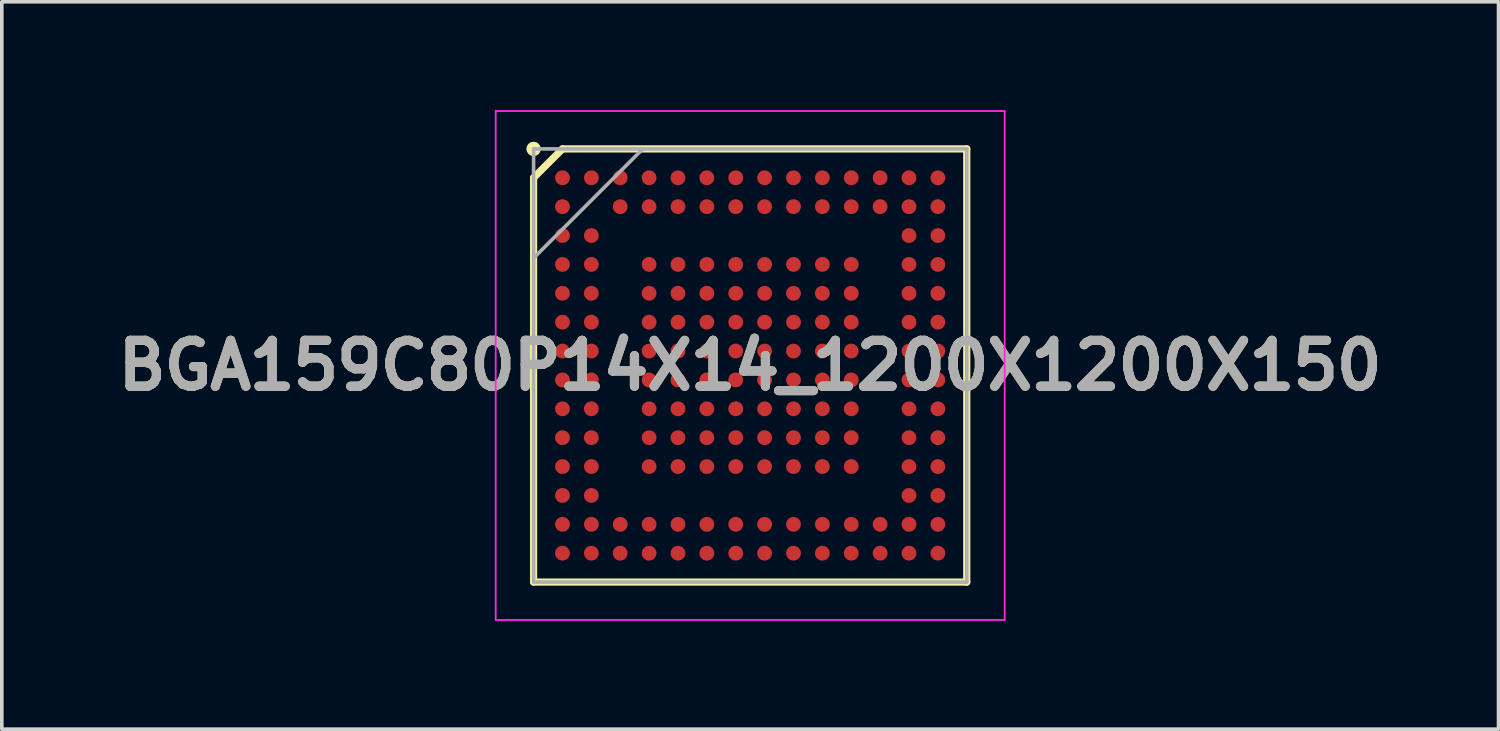
<source format=kicad_pcb>
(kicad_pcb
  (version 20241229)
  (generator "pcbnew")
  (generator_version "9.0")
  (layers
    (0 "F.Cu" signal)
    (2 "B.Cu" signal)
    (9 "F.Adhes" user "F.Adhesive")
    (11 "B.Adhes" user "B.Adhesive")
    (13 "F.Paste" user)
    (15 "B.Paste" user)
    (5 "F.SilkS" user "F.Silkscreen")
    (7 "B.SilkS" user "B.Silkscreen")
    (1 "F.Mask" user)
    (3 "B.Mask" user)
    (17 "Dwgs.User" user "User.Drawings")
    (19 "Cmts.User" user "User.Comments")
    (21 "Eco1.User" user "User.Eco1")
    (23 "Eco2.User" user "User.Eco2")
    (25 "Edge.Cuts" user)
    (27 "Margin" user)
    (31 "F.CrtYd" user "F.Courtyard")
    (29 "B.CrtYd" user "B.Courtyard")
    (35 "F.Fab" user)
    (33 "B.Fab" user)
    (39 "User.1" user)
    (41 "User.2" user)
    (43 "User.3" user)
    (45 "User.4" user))
  (footprint "BGA159C80P14X14_1200X1200X150"
    (layer "F.Cu")
    (at 17.732 7.075)
    (property "Reference" "BGA159C80P14X14_1200X1200X150" (at 0 0 0) (layer "F.SilkS") (effects (font (size 1.27 1.27) (thickness 0.254))))
    (attr smd)
    (fp_line (start -6 -5.2) (end -5.2 -6) (stroke (width 0.2) (type solid)) (layer "F.SilkS"))
    (fp_line (start -6 6) (end -6 -5.2) (stroke (width 0.2) (type solid)) (layer "F.SilkS"))
    (fp_line (start -5.2 -6) (end 6 -6) (stroke (width 0.2) (type solid)) (layer "F.SilkS"))
    (fp_line (start 6 -6) (end 6 6) (stroke (width 0.2) (type solid)) (layer "F.SilkS"))
    (fp_line (start 6 6) (end -6 6) (stroke (width 0.2) (type solid)) (layer "F.SilkS"))
    (fp_circle (center -6 -6) (end -6 -5.9) (stroke (width 0.2) (type solid)) (fill no) (layer "F.SilkS"))
    (fp_line (start -7.05 -7.05) (end 7.05 -7.05) (stroke (width 0.05) (type solid)) (layer "F.CrtYd"))
    (fp_line (start -7.05 7.05) (end -7.05 -7.05) (stroke (width 0.05) (type solid)) (layer "F.CrtYd"))
    (fp_line (start 7.05 -7.05) (end 7.05 7.05) (stroke (width 0.05) (type solid)) (layer "F.CrtYd"))
    (fp_line (start 7.05 7.05) (end -7.05 7.05) (stroke (width 0.05) (type solid)) (layer "F.CrtYd"))
    (fp_line (start -6 -6) (end 6 -6) (stroke (width 0.1) (type solid)) (layer "F.Fab"))
    (fp_line (start -6 -2.975) (end -2.975 -6) (stroke (width 0.1) (type solid)) (layer "F.Fab"))
    (fp_line (start -6 6) (end -6 -6) (stroke (width 0.1) (type solid)) (layer "F.Fab"))
    (fp_line (start 6 -6) (end 6 6) (stroke (width 0.1) (type solid)) (layer "F.Fab"))
    (fp_line (start 6 6) (end -6 6) (stroke (width 0.1) (type solid)) (layer "F.Fab"))
    (fp_text user "${REFERENCE}" (at 0 0 0) (layer "F.Fab") (effects (font (size 1.27 1.27) (thickness 0.254))))
    (pad "A1" smd circle (at -5.2 -5.2 90) (size 0.41 0.41) (layers "F.Cu" "F.Mask" "F.Paste"))
    (pad "A2" smd circle (at -4.4 -5.2 90) (size 0.41 0.41) (layers "F.Cu" "F.Mask" "F.Paste"))
    (pad "A3" smd circle (at -3.6 -5.2 90) (size 0.41 0.41) (layers "F.Cu" "F.Mask" "F.Paste"))
    (pad "A4" smd circle (at -2.8 -5.2 90) (size 0.41 0.41) (layers "F.Cu" "F.Mask" "F.Paste"))
    (pad "A5" smd circle (at -2 -5.2 90) (size 0.41 0.41) (layers "F.Cu" "F.Mask" "F.Paste"))
    (pad "A6" smd circle (at -1.2 -5.2 90) (size 0.41 0.41) (layers "F.Cu" "F.Mask" "F.Paste"))
    (pad "A7" smd circle (at -0.4 -5.2 90) (size 0.41 0.41) (layers "F.Cu" "F.Mask" "F.Paste"))
    (pad "A8" smd circle (at 0.4 -5.2 90) (size 0.41 0.41) (layers "F.Cu" "F.Mask" "F.Paste"))
    (pad "A9" smd circle (at 1.2 -5.2 90) (size 0.41 0.41) (layers "F.Cu" "F.Mask" "F.Paste"))
    (pad "A10" smd circle (at 2 -5.2 90) (size 0.41 0.41) (layers "F.Cu" "F.Mask" "F.Paste"))
    (pad "A11" smd circle (at 2.8 -5.2 90) (size 0.41 0.41) (layers "F.Cu" "F.Mask" "F.Paste"))
    (pad "A12" smd circle (at 3.6 -5.2 90) (size 0.41 0.41) (layers "F.Cu" "F.Mask" "F.Paste"))
    (pad "A13" smd circle (at 4.4 -5.2 90) (size 0.41 0.41) (layers "F.Cu" "F.Mask" "F.Paste"))
    (pad "A14" smd circle (at 5.2 -5.2 90) (size 0.41 0.41) (layers "F.Cu" "F.Mask" "F.Paste"))
    (pad "B1" smd circle (at -5.2 -4.4 90) (size 0.41 0.41) (layers "F.Cu" "F.Mask" "F.Paste"))
    (pad "B3" smd circle (at -3.6 -4.4 90) (size 0.41 0.41) (layers "F.Cu" "F.Mask" "F.Paste"))
    (pad "B4" smd circle (at -2.8 -4.4 90) (size 0.41 0.41) (layers "F.Cu" "F.Mask" "F.Paste"))
    (pad "B5" smd circle (at -2 -4.4 90) (size 0.41 0.41) (layers "F.Cu" "F.Mask" "F.Paste"))
    (pad "B6" smd circle (at -1.2 -4.4 90) (size 0.41 0.41) (layers "F.Cu" "F.Mask" "F.Paste"))
    (pad "B7" smd circle (at -0.4 -4.4 90) (size 0.41 0.41) (layers "F.Cu" "F.Mask" "F.Paste"))
    (pad "B8" smd circle (at 0.4 -4.4 90) (size 0.41 0.41) (layers "F.Cu" "F.Mask" "F.Paste"))
    (pad "B9" smd circle (at 1.2 -4.4 90) (size 0.41 0.41) (layers "F.Cu" "F.Mask" "F.Paste"))
    (pad "B10" smd circle (at 2 -4.4 90) (size 0.41 0.41) (layers "F.Cu" "F.Mask" "F.Paste"))
    (pad "B11" smd circle (at 2.8 -4.4 90) (size 0.41 0.41) (layers "F.Cu" "F.Mask" "F.Paste"))
    (pad "B12" smd circle (at 3.6 -4.4 90) (size 0.41 0.41) (layers "F.Cu" "F.Mask" "F.Paste"))
    (pad "B13" smd circle (at 4.4 -4.4 90) (size 0.41 0.41) (layers "F.Cu" "F.Mask" "F.Paste"))
    (pad "B14" smd circle (at 5.2 -4.4 90) (size 0.41 0.41) (layers "F.Cu" "F.Mask" "F.Paste"))
    (pad "C1" smd circle (at -5.2 -3.6 90) (size 0.41 0.41) (layers "F.Cu" "F.Mask" "F.Paste"))
    (pad "C2" smd circle (at -4.4 -3.6 90) (size 0.41 0.41) (layers "F.Cu" "F.Mask" "F.Paste"))
    (pad "C13" smd circle (at 4.4 -3.6 90) (size 0.41 0.41) (layers "F.Cu" "F.Mask" "F.Paste"))
    (pad "C14" smd circle (at 5.2 -3.6 90) (size 0.41 0.41) (layers "F.Cu" "F.Mask" "F.Paste"))
    (pad "D1" smd circle (at -5.2 -2.8 90) (size 0.41 0.41) (layers "F.Cu" "F.Mask" "F.Paste"))
    (pad "D2" smd circle (at -4.4 -2.8 90) (size 0.41 0.41) (layers "F.Cu" "F.Mask" "F.Paste"))
    (pad "D4" smd circle (at -2.8 -2.8 90) (size 0.41 0.41) (layers "F.Cu" "F.Mask" "F.Paste"))
    (pad "D5" smd circle (at -2 -2.8 90) (size 0.41 0.41) (layers "F.Cu" "F.Mask" "F.Paste"))
    (pad "D6" smd circle (at -1.2 -2.8 90) (size 0.41 0.41) (layers "F.Cu" "F.Mask" "F.Paste"))
    (pad "D7" smd circle (at -0.4 -2.8 90) (size 0.41 0.41) (layers "F.Cu" "F.Mask" "F.Paste"))
    (pad "D8" smd circle (at 0.4 -2.8 90) (size 0.41 0.41) (layers "F.Cu" "F.Mask" "F.Paste"))
    (pad "D9" smd circle (at 1.2 -2.8 90) (size 0.41 0.41) (layers "F.Cu" "F.Mask" "F.Paste"))
    (pad "D10" smd circle (at 2 -2.8 90) (size 0.41 0.41) (layers "F.Cu" "F.Mask" "F.Paste"))
    (pad "D11" smd circle (at 2.8 -2.8 90) (size 0.41 0.41) (layers "F.Cu" "F.Mask" "F.Paste"))
    (pad "D13" smd circle (at 4.4 -2.8 90) (size 0.41 0.41) (layers "F.Cu" "F.Mask" "F.Paste"))
    (pad "D14" smd circle (at 5.2 -2.8 90) (size 0.41 0.41) (layers "F.Cu" "F.Mask" "F.Paste"))
    (pad "E1" smd circle (at -5.2 -2 90) (size 0.41 0.41) (layers "F.Cu" "F.Mask" "F.Paste"))
    (pad "E2" smd circle (at -4.4 -2 90) (size 0.41 0.41) (layers "F.Cu" "F.Mask" "F.Paste"))
    (pad "E4" smd circle (at -2.8 -2 90) (size 0.41 0.41) (layers "F.Cu" "F.Mask" "F.Paste"))
    (pad "E5" smd circle (at -2 -2 90) (size 0.41 0.41) (layers "F.Cu" "F.Mask" "F.Paste"))
    (pad "E6" smd circle (at -1.2 -2 90) (size 0.41 0.41) (layers "F.Cu" "F.Mask" "F.Paste"))
    (pad "E7" smd circle (at -0.4 -2 90) (size 0.41 0.41) (layers "F.Cu" "F.Mask" "F.Paste"))
    (pad "E8" smd circle (at 0.4 -2 90) (size 0.41 0.41) (layers "F.Cu" "F.Mask" "F.Paste"))
    (pad "E9" smd circle (at 1.2 -2 90) (size 0.41 0.41) (layers "F.Cu" "F.Mask" "F.Paste"))
    (pad "E10" smd circle (at 2 -2 90) (size 0.41 0.41) (layers "F.Cu" "F.Mask" "F.Paste"))
    (pad "E11" smd circle (at 2.8 -2 90) (size 0.41 0.41) (layers "F.Cu" "F.Mask" "F.Paste"))
    (pad "E13" smd circle (at 4.4 -2 90) (size 0.41 0.41) (layers "F.Cu" "F.Mask" "F.Paste"))
    (pad "E14" smd circle (at 5.2 -2 90) (size 0.41 0.41) (layers "F.Cu" "F.Mask" "F.Paste"))
    (pad "F1" smd circle (at -5.2 -1.2 90) (size 0.41 0.41) (layers "F.Cu" "F.Mask" "F.Paste"))
    (pad "F2" smd circle (at -4.4 -1.2 90) (size 0.41 0.41) (layers "F.Cu" "F.Mask" "F.Paste"))
    (pad "F4" smd circle (at -2.8 -1.2 90) (size 0.41 0.41) (layers "F.Cu" "F.Mask" "F.Paste"))
    (pad "F5" smd circle (at -2 -1.2 90) (size 0.41 0.41) (layers "F.Cu" "F.Mask" "F.Paste"))
    (pad "F6" smd circle (at -1.2 -1.2 90) (size 0.41 0.41) (layers "F.Cu" "F.Mask" "F.Paste"))
    (pad "F7" smd circle (at -0.4 -1.2 90) (size 0.41 0.41) (layers "F.Cu" "F.Mask" "F.Paste"))
    (pad "F8" smd circle (at 0.4 -1.2 90) (size 0.41 0.41) (layers "F.Cu" "F.Mask" "F.Paste"))
    (pad "F9" smd circle (at 1.2 -1.2 90) (size 0.41 0.41) (layers "F.Cu" "F.Mask" "F.Paste"))
    (pad "F10" smd circle (at 2 -1.2 90) (size 0.41 0.41) (layers "F.Cu" "F.Mask" "F.Paste"))
    (pad "F11" smd circle (at 2.8 -1.2 90) (size 0.41 0.41) (layers "F.Cu" "F.Mask" "F.Paste"))
    (pad "F13" smd circle (at 4.4 -1.2 90) (size 0.41 0.41) (layers "F.Cu" "F.Mask" "F.Paste"))
    (pad "F14" smd circle (at 5.2 -1.2 90) (size 0.41 0.41) (layers "F.Cu" "F.Mask" "F.Paste"))
    (pad "G1" smd circle (at -5.2 -0.4 90) (size 0.41 0.41) (layers "F.Cu" "F.Mask" "F.Paste"))
    (pad "G2" smd circle (at -4.4 -0.4 90) (size 0.41 0.41) (layers "F.Cu" "F.Mask" "F.Paste"))
    (pad "G4" smd circle (at -2.8 -0.4 90) (size 0.41 0.41) (layers "F.Cu" "F.Mask" "F.Paste"))
    (pad "G5" smd circle (at -2 -0.4 90) (size 0.41 0.41) (layers "F.Cu" "F.Mask" "F.Paste"))
    (pad "G6" smd circle (at -1.2 -0.4 90) (size 0.41 0.41) (layers "F.Cu" "F.Mask" "F.Paste"))
    (pad "G7" smd circle (at -0.4 -0.4 90) (size 0.41 0.41) (layers "F.Cu" "F.Mask" "F.Paste"))
    (pad "G8" smd circle (at 0.4 -0.4 90) (size 0.41 0.41) (layers "F.Cu" "F.Mask" "F.Paste"))
    (pad "G9" smd circle (at 1.2 -0.4 90) (size 0.41 0.41) (layers "F.Cu" "F.Mask" "F.Paste"))
    (pad "G10" smd circle (at 2 -0.4 90) (size 0.41 0.41) (layers "F.Cu" "F.Mask" "F.Paste"))
    (pad "G11" smd circle (at 2.8 -0.4 90) (size 0.41 0.41) (layers "F.Cu" "F.Mask" "F.Paste"))
    (pad "G13" smd circle (at 4.4 -0.4 90) (size 0.41 0.41) (layers "F.Cu" "F.Mask" "F.Paste"))
    (pad "G14" smd circle (at 5.2 -0.4 90) (size 0.41 0.41) (layers "F.Cu" "F.Mask" "F.Paste"))
    (pad "H1" smd circle (at -5.2 0.4 90) (size 0.41 0.41) (layers "F.Cu" "F.Mask" "F.Paste"))
    (pad "H2" smd circle (at -4.4 0.4 90) (size 0.41 0.41) (layers "F.Cu" "F.Mask" "F.Paste"))
    (pad "H4" smd circle (at -2.8 0.4 90) (size 0.41 0.41) (layers "F.Cu" "F.Mask" "F.Paste"))
    (pad "H5" smd circle (at -2 0.4 90) (size 0.41 0.41) (layers "F.Cu" "F.Mask" "F.Paste"))
    (pad "H6" smd circle (at -1.2 0.4 90) (size 0.41 0.41) (layers "F.Cu" "F.Mask" "F.Paste"))
    (pad "H7" smd circle (at -0.4 0.4 90) (size 0.41 0.41) (layers "F.Cu" "F.Mask" "F.Paste"))
    (pad "H8" smd circle (at 0.4 0.4 90) (size 0.41 0.41) (layers "F.Cu" "F.Mask" "F.Paste"))
    (pad "H9" smd circle (at 1.2 0.4 90) (size 0.41 0.41) (layers "F.Cu" "F.Mask" "F.Paste"))
    (pad "H10" smd circle (at 2 0.4 90) (size 0.41 0.41) (layers "F.Cu" "F.Mask" "F.Paste"))
    (pad "H11" smd circle (at 2.8 0.4 90) (size 0.41 0.41) (layers "F.Cu" "F.Mask" "F.Paste"))
    (pad "H13" smd circle (at 4.4 0.4 90) (size 0.41 0.41) (layers "F.Cu" "F.Mask" "F.Paste"))
    (pad "H14" smd circle (at 5.2 0.4 90) (size 0.41 0.41) (layers "F.Cu" "F.Mask" "F.Paste"))
    (pad "J1" smd circle (at -5.2 1.2 90) (size 0.41 0.41) (layers "F.Cu" "F.Mask" "F.Paste"))
    (pad "J2" smd circle (at -4.4 1.2 90) (size 0.41 0.41) (layers "F.Cu" "F.Mask" "F.Paste"))
    (pad "J4" smd circle (at -2.8 1.2 90) (size 0.41 0.41) (layers "F.Cu" "F.Mask" "F.Paste"))
    (pad "J5" smd circle (at -2 1.2 90) (size 0.41 0.41) (layers "F.Cu" "F.Mask" "F.Paste"))
    (pad "J6" smd circle (at -1.2 1.2 90) (size 0.41 0.41) (layers "F.Cu" "F.Mask" "F.Paste"))
    (pad "J7" smd circle (at -0.4 1.2 90) (size 0.41 0.41) (layers "F.Cu" "F.Mask" "F.Paste"))
    (pad "J8" smd circle (at 0.4 1.2 90) (size 0.41 0.41) (layers "F.Cu" "F.Mask" "F.Paste"))
    (pad "J9" smd circle (at 1.2 1.2 90) (size 0.41 0.41) (layers "F.Cu" "F.Mask" "F.Paste"))
    (pad "J10" smd circle (at 2 1.2 90) (size 0.41 0.41) (layers "F.Cu" "F.Mask" "F.Paste"))
    (pad "J11" smd circle (at 2.8 1.2 90) (size 0.41 0.41) (layers "F.Cu" "F.Mask" "F.Paste"))
    (pad "J13" smd circle (at 4.4 1.2 90) (size 0.41 0.41) (layers "F.Cu" "F.Mask" "F.Paste"))
    (pad "J14" smd circle (at 5.2 1.2 90) (size 0.41 0.41) (layers "F.Cu" "F.Mask" "F.Paste"))
    (pad "K1" smd circle (at -5.2 2 90) (size 0.41 0.41) (layers "F.Cu" "F.Mask" "F.Paste"))
    (pad "K2" smd circle (at -4.4 2 90) (size 0.41 0.41) (layers "F.Cu" "F.Mask" "F.Paste"))
    (pad "K4" smd circle (at -2.8 2 90) (size 0.41 0.41) (layers "F.Cu" "F.Mask" "F.Paste"))
    (pad "K5" smd circle (at -2 2 90) (size 0.41 0.41) (layers "F.Cu" "F.Mask" "F.Paste"))
    (pad "K6" smd circle (at -1.2 2 90) (size 0.41 0.41) (layers "F.Cu" "F.Mask" "F.Paste"))
    (pad "K7" smd circle (at -0.4 2 90) (size 0.41 0.41) (layers "F.Cu" "F.Mask" "F.Paste"))
    (pad "K8" smd circle (at 0.4 2 90) (size 0.41 0.41) (layers "F.Cu" "F.Mask" "F.Paste"))
    (pad "K9" smd circle (at 1.2 2 90) (size 0.41 0.41) (layers "F.Cu" "F.Mask" "F.Paste"))
    (pad "K10" smd circle (at 2 2 90) (size 0.41 0.41) (layers "F.Cu" "F.Mask" "F.Paste"))
    (pad "K11" smd circle (at 2.8 2 90) (size 0.41 0.41) (layers "F.Cu" "F.Mask" "F.Paste"))
    (pad "K13" smd circle (at 4.4 2 90) (size 0.41 0.41) (layers "F.Cu" "F.Mask" "F.Paste"))
    (pad "K14" smd circle (at 5.2 2 90) (size 0.41 0.41) (layers "F.Cu" "F.Mask" "F.Paste"))
    (pad "L1" smd circle (at -5.2 2.8 90) (size 0.41 0.41) (layers "F.Cu" "F.Mask" "F.Paste"))
    (pad "L2" smd circle (at -4.4 2.8 90) (size 0.41 0.41) (layers "F.Cu" "F.Mask" "F.Paste"))
    (pad "L4" smd circle (at -2.8 2.8 90) (size 0.41 0.41) (layers "F.Cu" "F.Mask" "F.Paste"))
    (pad "L5" smd circle (at -2 2.8 90) (size 0.41 0.41) (layers "F.Cu" "F.Mask" "F.Paste"))
    (pad "L6" smd circle (at -1.2 2.8 90) (size 0.41 0.41) (layers "F.Cu" "F.Mask" "F.Paste"))
    (pad "L7" smd circle (at -0.4 2.8 90) (size 0.41 0.41) (layers "F.Cu" "F.Mask" "F.Paste"))
    (pad "L8" smd circle (at 0.4 2.8 90) (size 0.41 0.41) (layers "F.Cu" "F.Mask" "F.Paste"))
    (pad "L9" smd circle (at 1.2 2.8 90) (size 0.41 0.41) (layers "F.Cu" "F.Mask" "F.Paste"))
    (pad "L10" smd circle (at 2 2.8 90) (size 0.41 0.41) (layers "F.Cu" "F.Mask" "F.Paste"))
    (pad "L11" smd circle (at 2.8 2.8 90) (size 0.41 0.41) (layers "F.Cu" "F.Mask" "F.Paste"))
    (pad "L13" smd circle (at 4.4 2.8 90) (size 0.41 0.41) (layers "F.Cu" "F.Mask" "F.Paste"))
    (pad "L14" smd circle (at 5.2 2.8 90) (size 0.41 0.41) (layers "F.Cu" "F.Mask" "F.Paste"))
    (pad "M1" smd circle (at -5.2 3.6 90) (size 0.41 0.41) (layers "F.Cu" "F.Mask" "F.Paste"))
    (pad "M2" smd circle (at -4.4 3.6 90) (size 0.41 0.41) (layers "F.Cu" "F.Mask" "F.Paste"))
    (pad "M13" smd circle (at 4.4 3.6 90) (size 0.41 0.41) (layers "F.Cu" "F.Mask" "F.Paste"))
    (pad "M14" smd circle (at 5.2 3.6 90) (size 0.41 0.41) (layers "F.Cu" "F.Mask" "F.Paste"))
    (pad "N1" smd circle (at -5.2 4.4 90) (size 0.41 0.41) (layers "F.Cu" "F.Mask" "F.Paste"))
    (pad "N2" smd circle (at -4.4 4.4 90) (size 0.41 0.41) (layers "F.Cu" "F.Mask" "F.Paste"))
    (pad "N3" smd circle (at -3.6 4.4 90) (size 0.41 0.41) (layers "F.Cu" "F.Mask" "F.Paste"))
    (pad "N4" smd circle (at -2.8 4.4 90) (size 0.41 0.41) (layers "F.Cu" "F.Mask" "F.Paste"))
    (pad "N5" smd circle (at -2 4.4 90) (size 0.41 0.41) (layers "F.Cu" "F.Mask" "F.Paste"))
    (pad "N6" smd circle (at -1.2 4.4 90) (size 0.41 0.41) (layers "F.Cu" "F.Mask" "F.Paste"))
    (pad "N7" smd circle (at -0.4 4.4 90) (size 0.41 0.41) (layers "F.Cu" "F.Mask" "F.Paste"))
    (pad "N8" smd circle (at 0.4 4.4 90) (size 0.41 0.41) (layers "F.Cu" "F.Mask" "F.Paste"))
    (pad "N9" smd circle (at 1.2 4.4 90) (size 0.41 0.41) (layers "F.Cu" "F.Mask" "F.Paste"))
    (pad "N10" smd circle (at 2 4.4 90) (size 0.41 0.41) (layers "F.Cu" "F.Mask" "F.Paste"))
    (pad "N11" smd circle (at 2.8 4.4 90) (size 0.41 0.41) (layers "F.Cu" "F.Mask" "F.Paste"))
    (pad "N12" smd circle (at 3.6 4.4 90) (size 0.41 0.41) (layers "F.Cu" "F.Mask" "F.Paste"))
    (pad "N13" smd circle (at 4.4 4.4 90) (size 0.41 0.41) (layers "F.Cu" "F.Mask" "F.Paste"))
    (pad "N14" smd circle (at 5.2 4.4 90) (size 0.41 0.41) (layers "F.Cu" "F.Mask" "F.Paste"))
    (pad "P1" smd circle (at -5.2 5.2 90) (size 0.41 0.41) (layers "F.Cu" "F.Mask" "F.Paste"))
    (pad "P2" smd circle (at -4.4 5.2 90) (size 0.41 0.41) (layers "F.Cu" "F.Mask" "F.Paste"))
    (pad "P3" smd circle (at -3.6 5.2 90) (size 0.41 0.41) (layers "F.Cu" "F.Mask" "F.Paste"))
    (pad "P4" smd circle (at -2.8 5.2 90) (size 0.41 0.41) (layers "F.Cu" "F.Mask" "F.Paste"))
    (pad "P5" smd circle (at -2 5.2 90) (size 0.41 0.41) (layers "F.Cu" "F.Mask" "F.Paste"))
    (pad "P6" smd circle (at -1.2 5.2 90) (size 0.41 0.41) (layers "F.Cu" "F.Mask" "F.Paste"))
    (pad "P7" smd circle (at -0.4 5.2 90) (size 0.41 0.41) (layers "F.Cu" "F.Mask" "F.Paste"))
    (pad "P8" smd circle (at 0.4 5.2 90) (size 0.41 0.41) (layers "F.Cu" "F.Mask" "F.Paste"))
    (pad "P9" smd circle (at 1.2 5.2 90) (size 0.41 0.41) (layers "F.Cu" "F.Mask" "F.Paste"))
    (pad "P10" smd circle (at 2 5.2 90) (size 0.41 0.41) (layers "F.Cu" "F.Mask" "F.Paste"))
    (pad "P11" smd circle (at 2.8 5.2 90) (size 0.41 0.41) (layers "F.Cu" "F.Mask" "F.Paste"))
    (pad "P12" smd circle (at 3.6 5.2 90) (size 0.41 0.41) (layers "F.Cu" "F.Mask" "F.Paste"))
    (pad "P13" smd circle (at 4.4 5.2 90) (size 0.41 0.41) (layers "F.Cu" "F.Mask" "F.Paste"))
    (pad "P14" smd circle (at 5.2 5.2 90) (size 0.41 0.41) (layers "F.Cu" "F.Mask" "F.Paste")))
  (gr_rect
    (start -3 -3)
    (end 38.463 17.15)
    (stroke (width 0.1) (type default))
    (fill no)
    (layer "Edge.Cuts")))
</source>
